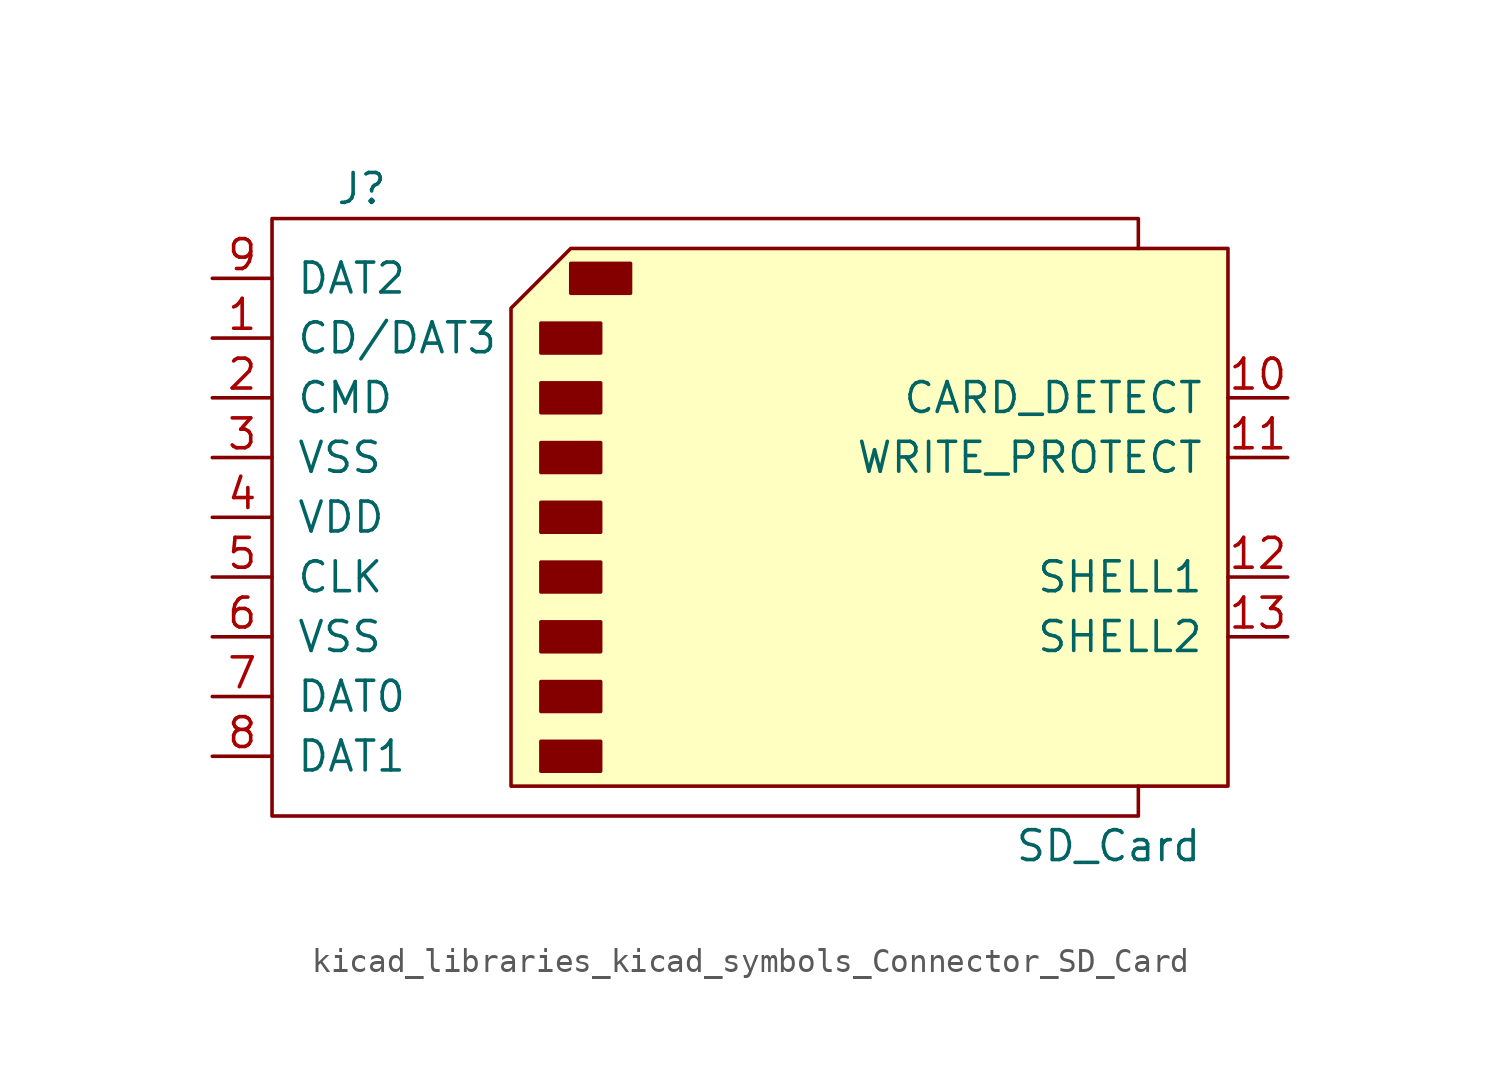
<source format=kicad_sym>
(kicad_symbol_lib
  (version 20220914)
  (generator kicad_symbol_editor)
  (symbol "kicad_libraries_kicad_symbols_Connector_SD_Card"
    (pin_names
      (offset 1.016))
    (property "Reference" "J"
      (at -16.51 13.97 0)
      (effects (font (size 1.27 1.27))))
    (property "Value" "SD_Card"
      (at 15.24 -13.97 0)
      (effects (font (size 1.27 1.27))))
    (symbol "kicad_libraries_kicad_symbols_Connector_SD_Card_0_1"
      (rectangle (start -8.89 -9.525) (end -6.35 -10.795) (stroke (width 0) (type default)) (fill (type outline)))
      (rectangle (start -8.89 -6.985) (end -6.35 -8.255) (stroke (width 0) (type default)) (fill (type outline)))
      (rectangle (start -8.89 -4.445) (end -6.35 -5.715) (stroke (width 0) (type default)) (fill (type outline)))
      (rectangle (start -8.89 -1.905) (end -6.35 -3.175) (stroke (width 0) (type default)) (fill (type outline)))
      (rectangle (start -8.89 0.635) (end -6.35 -0.635) (stroke (width 0) (type default)) (fill (type outline)))
      (rectangle (start -8.89 3.175) (end -6.35 1.905) (stroke (width 0) (type default)) (fill (type outline)))
      (rectangle (start -8.89 5.715) (end -6.35 4.445) (stroke (width 0) (type default)) (fill (type outline)))
      (rectangle (start -8.89 8.255) (end -6.35 6.985) (stroke (width 0) (type default)) (fill (type outline)))
      (rectangle (start -7.62 10.795) (end -5.08 9.525) (stroke (width 0) (type default)) (fill (type outline)))
      (polyline (pts (xy -10.16 8.89) (xy -7.62 11.43) (xy 20.32 11.43) (xy 20.32 -11.43) (xy -10.16 -11.43) (xy -10.16 8.89)) (stroke (width 0) (type default)) (fill (type background)))
      (polyline (pts (xy 16.51 11.43) (xy 16.51 12.7) (xy -20.32 12.7) (xy -20.32 -12.7) (xy 16.51 -12.7) (xy 16.51 -11.43)) (stroke (width 0) (type default)) (fill (type none))))
    (symbol "kicad_libraries_kicad_symbols_Connector_SD_Card_1_1"
      (pin input line (at -22.86 7.62 0) (length 2.54) (name "CD/DAT3" (effects (font (size 1.27 1.27)))) (number "1" (effects (font (size 1.27 1.27)))))
      (pin input line (at 22.86 5.08 180) (length 2.54) (name "CARD_DETECT" (effects (font (size 1.27 1.27)))) (number "10" (effects (font (size 1.27 1.27)))))
      (pin input line (at 22.86 2.54 180) (length 2.54) (name "WRITE_PROTECT" (effects (font (size 1.27 1.27)))) (number "11" (effects (font (size 1.27 1.27)))))
      (pin input line (at 22.86 -2.54 180) (length 2.54) (name "SHELL1" (effects (font (size 1.27 1.27)))) (number "12" (effects (font (size 1.27 1.27)))))
      (pin input line (at 22.86 -5.08 180) (length 2.54) (name "SHELL2" (effects (font (size 1.27 1.27)))) (number "13" (effects (font (size 1.27 1.27)))))
      (pin input line (at -22.86 5.08 0) (length 2.54) (name "CMD" (effects (font (size 1.27 1.27)))) (number "2" (effects (font (size 1.27 1.27)))))
      (pin power_in line (at -22.86 2.54 0) (length 2.54) (name "VSS" (effects (font (size 1.27 1.27)))) (number "3" (effects (font (size 1.27 1.27)))))
      (pin power_in line (at -22.86 0 0) (length 2.54) (name "VDD" (effects (font (size 1.27 1.27)))) (number "4" (effects (font (size 1.27 1.27)))))
      (pin input line (at -22.86 -2.54 0) (length 2.54) (name "CLK" (effects (font (size 1.27 1.27)))) (number "5" (effects (font (size 1.27 1.27)))))
      (pin power_in line (at -22.86 -5.08 0) (length 2.54) (name "VSS" (effects (font (size 1.27 1.27)))) (number "6" (effects (font (size 1.27 1.27)))))
      (pin input line (at -22.86 -7.62 0) (length 2.54) (name "DAT0" (effects (font (size 1.27 1.27)))) (number "7" (effects (font (size 1.27 1.27)))))
      (pin input line (at -22.86 -10.16 0) (length 2.54) (name "DAT1" (effects (font (size 1.27 1.27)))) (number "8" (effects (font (size 1.27 1.27)))))
      (pin input line (at -22.86 10.16 0) (length 2.54) (name "DAT2" (effects (font (size 1.27 1.27)))) (number "9" (effects (font (size 1.27 1.27))))))))
</source>
